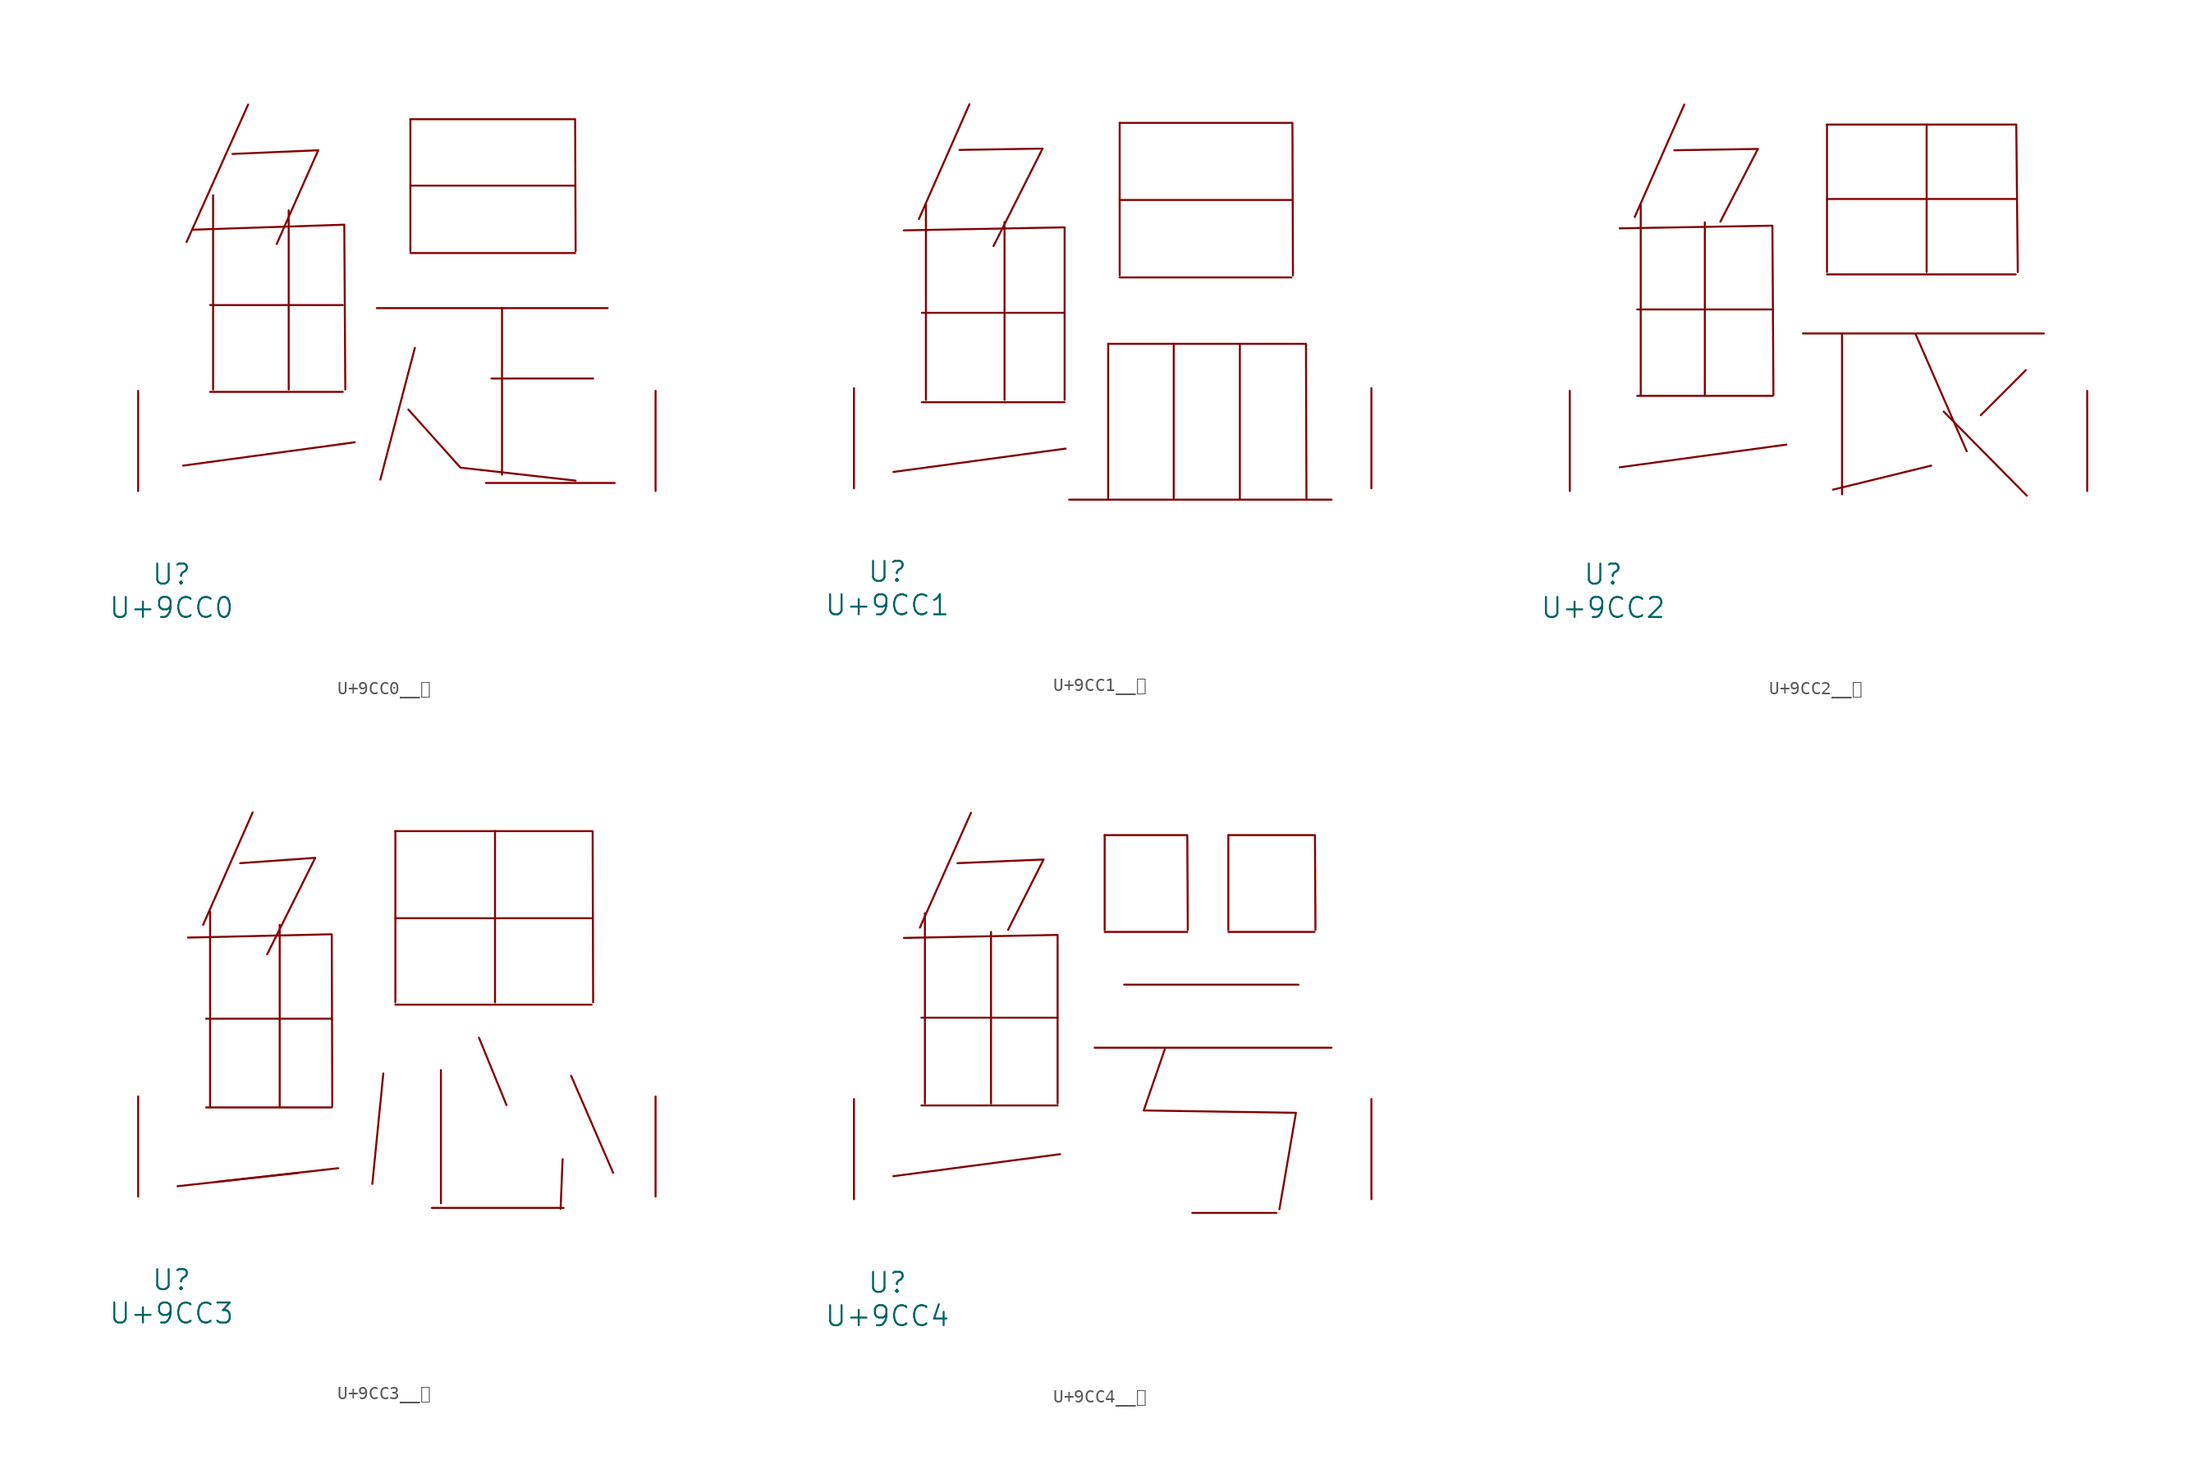
<source format=kicad_sym>
(kicad_symbol_lib
  (version 20231120)
  (generator "kicad_symbol_editor")
  (generator_version "8.0")
  (symbol "U+9CC0__鳀"
    (pin_names
      (offset 1.016))
    (property "Reference" "U"
      (at 0 -6.35 0)
      (effects (font (size 1.524 1.524))))
    (property "Value" "U+9CC0"
      (at 0 -8.89 0)
      (effects (font (size 1.524 1.524))))
    (symbol "U+9CC0__鳀_0_1"
      (polyline (pts (xy 2.934 7.544) (xy 13.03 7.544)) (stroke (width 0) (type solid)) (fill (type none)))
      (polyline (pts (xy 2.934 14.148) (xy 13.03 14.148)) (stroke (width 0) (type solid)) (fill (type none)))
      (polyline (pts (xy 3.162 22.504) (xy 3.162 7.722)) (stroke (width 0) (type solid)) (fill (type none)))
      (polyline (pts (xy 5.829 29.413) (xy 1.143 18.948)) (stroke (width 0) (type solid)) (fill (type none)))
      (polyline (pts (xy 8.915 21.361) (xy 8.915 7.722)) (stroke (width 0) (type solid)) (fill (type none)))
      (polyline (pts (xy 13.945 3.708) (xy 0.876 1.93)) (stroke (width 0) (type solid)) (fill (type none)))
      (polyline (pts (xy 15.621 13.919) (xy 33.185 13.919)) (stroke (width 0) (type solid)) (fill (type none)))
      (polyline (pts (xy 18.174 18.11) (xy 30.709 18.11)) (stroke (width 0) (type solid)) (fill (type none)))
      (polyline (pts (xy 18.174 23.241) (xy 30.709 23.241)) (stroke (width 0) (type solid)) (fill (type none)))
      (polyline (pts (xy 18.174 28.296) (xy 18.174 18.263)) (stroke (width 0) (type solid)) (fill (type none)))
      (polyline (pts (xy 18.517 10.897) (xy 15.888 0.864)) (stroke (width 0) (type solid)) (fill (type none)))
      (polyline (pts (xy 23.927 0.61) (xy 33.718 0.61)) (stroke (width 0) (type solid)) (fill (type none)))
      (polyline (pts (xy 24.346 8.56) (xy 32.08 8.56)) (stroke (width 0) (type solid)) (fill (type none)))
      (polyline (pts (xy 25.146 13.919) (xy 25.146 1.245)) (stroke (width 0) (type solid)) (fill (type none)))
      (polyline (pts (xy 1.638 19.888) (xy 13.145 20.269) (xy 13.221 7.722)) (stroke (width 0) (type solid)) (fill (type none)))
      (polyline (pts (xy 4.648 25.654) (xy 11.163 25.933) (xy 8.001 18.796)) (stroke (width 0) (type solid)) (fill (type none)))
      (polyline (pts (xy 18.021 6.198) (xy 21.984 1.778) (xy 30.747 0.787)) (stroke (width 0) (type solid)) (fill (type none)))
      (polyline (pts (xy 18.174 28.296) (xy 30.709 28.296) (xy 30.747 18.263)) (stroke (width 0) (type solid)) (fill (type none)))
      (pin input line (at -2.54 0 90) (length 7.62) (name "~" (effects (font (size 1.27 1.27)))) (number "~" (effects (font (size 1.27 1.27)))))
      (pin input line (at 36.83 0 90) (length 7.62) (name "~" (effects (font (size 1.27 1.27)))) (number "~" (effects (font (size 1.27 1.27)))))))
  (symbol "U+9CC1__鳁"
    (pin_names
      (offset 1.016))
    (property "Reference" "U"
      (at 0 -6.35 0)
      (effects (font (size 1.524 1.524))))
    (property "Value" "U+9CC1"
      (at 0 -8.89 0)
      (effects (font (size 1.524 1.524))))
    (symbol "U+9CC1__鳁_0_1"
      (polyline (pts (xy 2.629 6.553) (xy 13.487 6.553)) (stroke (width 0) (type solid)) (fill (type none)))
      (polyline (pts (xy 2.629 13.36) (xy 13.487 13.36)) (stroke (width 0) (type solid)) (fill (type none)))
      (polyline (pts (xy 2.934 21.59) (xy 2.934 6.731)) (stroke (width 0) (type solid)) (fill (type none)))
      (polyline (pts (xy 6.248 29.235) (xy 2.4 20.498)) (stroke (width 0) (type solid)) (fill (type none)))
      (polyline (pts (xy 8.915 20.269) (xy 8.915 6.731)) (stroke (width 0) (type solid)) (fill (type none)))
      (polyline (pts (xy 13.564 3.023) (xy 0.457 1.245)) (stroke (width 0) (type solid)) (fill (type none)))
      (polyline (pts (xy 13.83 -0.864) (xy 33.795 -0.864)) (stroke (width 0) (type solid)) (fill (type none)))
      (polyline (pts (xy 16.802 10.998) (xy 16.802 -0.762)) (stroke (width 0) (type solid)) (fill (type none)))
      (polyline (pts (xy 17.678 16.053) (xy 30.747 16.053)) (stroke (width 0) (type solid)) (fill (type none)))
      (polyline (pts (xy 17.678 21.946) (xy 30.747 21.946)) (stroke (width 0) (type solid)) (fill (type none)))
      (polyline (pts (xy 17.678 27.813) (xy 17.678 16.205)) (stroke (width 0) (type solid)) (fill (type none)))
      (polyline (pts (xy 21.793 10.998) (xy 21.793 -0.762)) (stroke (width 0) (type solid)) (fill (type none)))
      (polyline (pts (xy 26.822 10.998) (xy 26.822 -0.762)) (stroke (width 0) (type solid)) (fill (type none)))
      (polyline (pts (xy 1.257 19.634) (xy 13.487 19.863) (xy 13.487 6.731)) (stroke (width 0) (type solid)) (fill (type none)))
      (polyline (pts (xy 5.486 25.756) (xy 11.811 25.857) (xy 8.077 18.44)) (stroke (width 0) (type solid)) (fill (type none)))
      (polyline (pts (xy 16.802 10.998) (xy 31.852 10.998) (xy 31.89 -0.762)) (stroke (width 0) (type solid)) (fill (type none)))
      (polyline (pts (xy 17.678 27.813) (xy 30.823 27.813) (xy 30.861 16.205)) (stroke (width 0) (type solid)) (fill (type none)))
      (pin input line (at -2.54 0 90) (length 7.62) (name "~" (effects (font (size 1.27 1.27)))) (number "~" (effects (font (size 1.27 1.27)))))
      (pin input line (at 36.83 0 90) (length 7.62) (name "~" (effects (font (size 1.27 1.27)))) (number "~" (effects (font (size 1.27 1.27)))))))
  (symbol "U+9CC2__鳂"
    (pin_names
      (offset 1.016))
    (property "Reference" "U"
      (at 0 -6.35 0)
      (effects (font (size 1.524 1.524))))
    (property "Value" "U+9CC2"
      (at 0 -8.89 0)
      (effects (font (size 1.524 1.524))))
    (symbol "U+9CC2__鳂_0_1"
      (polyline (pts (xy 2.591 7.239) (xy 12.878 7.239)) (stroke (width 0) (type solid)) (fill (type none)))
      (polyline (pts (xy 2.591 13.818) (xy 12.878 13.818)) (stroke (width 0) (type solid)) (fill (type none)))
      (polyline (pts (xy 2.857 21.768) (xy 2.857 7.29)) (stroke (width 0) (type solid)) (fill (type none)))
      (polyline (pts (xy 6.172 29.413) (xy 2.4 20.853)) (stroke (width 0) (type solid)) (fill (type none)))
      (polyline (pts (xy 7.734 20.447) (xy 7.734 7.29)) (stroke (width 0) (type solid)) (fill (type none)))
      (polyline (pts (xy 13.945 3.531) (xy 1.257 1.803)) (stroke (width 0) (type solid)) (fill (type none)))
      (polyline (pts (xy 15.202 11.989) (xy 33.528 11.989)) (stroke (width 0) (type solid)) (fill (type none)))
      (polyline (pts (xy 17.031 16.485) (xy 31.394 16.485)) (stroke (width 0) (type solid)) (fill (type none)))
      (polyline (pts (xy 17.031 22.225) (xy 31.394 22.225)) (stroke (width 0) (type solid)) (fill (type none)))
      (polyline (pts (xy 17.031 27.889) (xy 17.031 16.662)) (stroke (width 0) (type solid)) (fill (type none)))
      (polyline (pts (xy 18.174 11.989) (xy 18.174 -0.254)) (stroke (width 0) (type solid)) (fill (type none)))
      (polyline (pts (xy 23.774 11.938) (xy 27.661 3.023)) (stroke (width 0) (type solid)) (fill (type none)))
      (polyline (pts (xy 24.613 27.889) (xy 24.613 16.662)) (stroke (width 0) (type solid)) (fill (type none)))
      (polyline (pts (xy 24.956 1.93) (xy 17.488 0.102)) (stroke (width 0) (type solid)) (fill (type none)))
      (polyline (pts (xy 25.908 6.045) (xy 32.233 -0.356)) (stroke (width 0) (type solid)) (fill (type none)))
      (polyline (pts (xy 32.156 9.195) (xy 28.727 5.766)) (stroke (width 0) (type solid)) (fill (type none)))
      (polyline (pts (xy 1.257 19.99) (xy 12.878 20.193) (xy 12.954 7.29)) (stroke (width 0) (type solid)) (fill (type none)))
      (polyline (pts (xy 5.41 25.933) (xy 11.773 26.035) (xy 8.915 20.498)) (stroke (width 0) (type solid)) (fill (type none)))
      (polyline (pts (xy 17.031 27.889) (xy 31.433 27.889) (xy 31.547 16.662)) (stroke (width 0) (type solid)) (fill (type none)))
      (pin input line (at -2.54 0 90) (length 7.62) (name "~" (effects (font (size 1.27 1.27)))) (number "~" (effects (font (size 1.27 1.27)))))
      (pin input line (at 36.83 0 90) (length 7.62) (name "~" (effects (font (size 1.27 1.27)))) (number "~" (effects (font (size 1.27 1.27)))))))
  (symbol "U+9CC3__鳃"
    (pin_names
      (offset 1.016))
    (property "Reference" "U"
      (at 0 -6.35 0)
      (effects (font (size 1.524 1.524))))
    (property "Value" "U+9CC3"
      (at 0 -8.89 0)
      (effects (font (size 1.524 1.524))))
    (symbol "U+9CC3__鳃_0_1"
      (polyline (pts (xy 2.629 6.782) (xy 12.192 6.782)) (stroke (width 0) (type solid)) (fill (type none)))
      (polyline (pts (xy 2.629 13.538) (xy 12.192 13.538)) (stroke (width 0) (type solid)) (fill (type none)))
      (polyline (pts (xy 2.934 21.692) (xy 2.934 6.883)) (stroke (width 0) (type solid)) (fill (type none)))
      (polyline (pts (xy 6.172 29.235) (xy 2.4 20.676)) (stroke (width 0) (type solid)) (fill (type none)))
      (polyline (pts (xy 8.23 20.676) (xy 8.23 6.883)) (stroke (width 0) (type solid)) (fill (type none)))
      (polyline (pts (xy 9.677 1.803) (xy 0.457 0.787)) (stroke (width 0) (type solid)) (fill (type none)))
      (polyline (pts (xy 12.687 2.159) (xy 3.429 1.118)) (stroke (width 0) (type solid)) (fill (type none)))
      (polyline (pts (xy 16.116 9.373) (xy 15.278 0.965)) (stroke (width 0) (type solid)) (fill (type none)))
      (polyline (pts (xy 17.031 14.605) (xy 31.966 14.605)) (stroke (width 0) (type solid)) (fill (type none)))
      (polyline (pts (xy 17.031 21.184) (xy 31.966 21.184)) (stroke (width 0) (type solid)) (fill (type none)))
      (polyline (pts (xy 17.031 27.813) (xy 17.031 14.783)) (stroke (width 0) (type solid)) (fill (type none)))
      (polyline (pts (xy 19.812 -0.864) (xy 29.832 -0.864)) (stroke (width 0) (type solid)) (fill (type none)))
      (polyline (pts (xy 20.498 9.627) (xy 20.498 -0.508)) (stroke (width 0) (type solid)) (fill (type none)))
      (polyline (pts (xy 23.393 12.09) (xy 25.489 6.96)) (stroke (width 0) (type solid)) (fill (type none)))
      (polyline (pts (xy 24.613 27.813) (xy 24.613 14.783)) (stroke (width 0) (type solid)) (fill (type none)))
      (polyline (pts (xy 29.756 2.845) (xy 29.604 -0.94)) (stroke (width 0) (type solid)) (fill (type none)))
      (polyline (pts (xy 30.404 9.195) (xy 33.604 1.803)) (stroke (width 0) (type solid)) (fill (type none)))
      (polyline (pts (xy 1.257 19.71) (xy 12.192 19.964) (xy 12.23 6.883)) (stroke (width 0) (type solid)) (fill (type none)))
      (polyline (pts (xy 5.22 25.375) (xy 10.935 25.781) (xy 7.277 18.44)) (stroke (width 0) (type solid)) (fill (type none)))
      (polyline (pts (xy 17.031 27.813) (xy 32.042 27.813) (xy 32.08 14.783)) (stroke (width 0) (type solid)) (fill (type none)))
      (pin input line (at -2.54 0 90) (length 7.62) (name "~" (effects (font (size 1.27 1.27)))) (number "~" (effects (font (size 1.27 1.27)))))
      (pin input line (at 36.83 0 90) (length 7.62) (name "~" (effects (font (size 1.27 1.27)))) (number "~" (effects (font (size 1.27 1.27)))))))
  (symbol "U+9CC4__鳄"
    (pin_names
      (offset 1.016))
    (property "Reference" "U"
      (at 0 -6.35 0)
      (effects (font (size 1.524 1.524))))
    (property "Value" "U+9CC4"
      (at 0 -8.89 0)
      (effects (font (size 1.524 1.524))))
    (symbol "U+9CC4__鳄_0_1"
      (polyline (pts (xy 2.591 7.137) (xy 12.954 7.137)) (stroke (width 0) (type solid)) (fill (type none)))
      (polyline (pts (xy 2.591 13.818) (xy 12.954 13.818)) (stroke (width 0) (type solid)) (fill (type none)))
      (polyline (pts (xy 2.857 21.768) (xy 2.857 7.29)) (stroke (width 0) (type solid)) (fill (type none)))
      (polyline (pts (xy 6.363 29.413) (xy 2.477 20.676)) (stroke (width 0) (type solid)) (fill (type none)))
      (polyline (pts (xy 7.887 20.345) (xy 7.887 7.29)) (stroke (width 0) (type solid)) (fill (type none)))
      (polyline (pts (xy 13.145 3.429) (xy 0.457 1.753)) (stroke (width 0) (type solid)) (fill (type none)))
      (polyline (pts (xy 15.773 11.532) (xy 33.795 11.532)) (stroke (width 0) (type solid)) (fill (type none)))
      (polyline (pts (xy 16.535 20.345) (xy 22.822 20.345)) (stroke (width 0) (type solid)) (fill (type none)))
      (polyline (pts (xy 16.535 27.711) (xy 16.535 20.498)) (stroke (width 0) (type solid)) (fill (type none)))
      (polyline (pts (xy 18.021 16.332) (xy 31.28 16.332)) (stroke (width 0) (type solid)) (fill (type none)))
      (polyline (pts (xy 23.203 -1.041) (xy 29.604 -1.041)) (stroke (width 0) (type solid)) (fill (type none)))
      (polyline (pts (xy 25.946 20.345) (xy 32.499 20.345)) (stroke (width 0) (type solid)) (fill (type none)))
      (polyline (pts (xy 25.946 27.711) (xy 25.946 20.498)) (stroke (width 0) (type solid)) (fill (type none)))
      (polyline (pts (xy 1.257 19.888) (xy 12.954 20.117) (xy 12.954 7.29)) (stroke (width 0) (type solid)) (fill (type none)))
      (polyline (pts (xy 5.334 25.578) (xy 11.887 25.857) (xy 9.182 20.498)) (stroke (width 0) (type solid)) (fill (type none)))
      (polyline (pts (xy 16.535 27.711) (xy 22.822 27.711) (xy 22.86 20.498)) (stroke (width 0) (type solid)) (fill (type none)))
      (polyline (pts (xy 25.946 27.711) (xy 32.537 27.711) (xy 32.575 20.498)) (stroke (width 0) (type solid)) (fill (type none)))
      (polyline (pts (xy 21.107 11.405) (xy 19.507 6.756) (xy 31.09 6.579) (xy 29.832 -0.762)) (stroke (width 0) (type solid)) (fill (type none)))
      (pin input line (at -2.54 0 90) (length 7.62) (name "~" (effects (font (size 1.27 1.27)))) (number "~" (effects (font (size 1.27 1.27)))))
      (pin input line (at 36.83 0 90) (length 7.62) (name "~" (effects (font (size 1.27 1.27)))) (number "~" (effects (font (size 1.27 1.27))))))))
</source>
